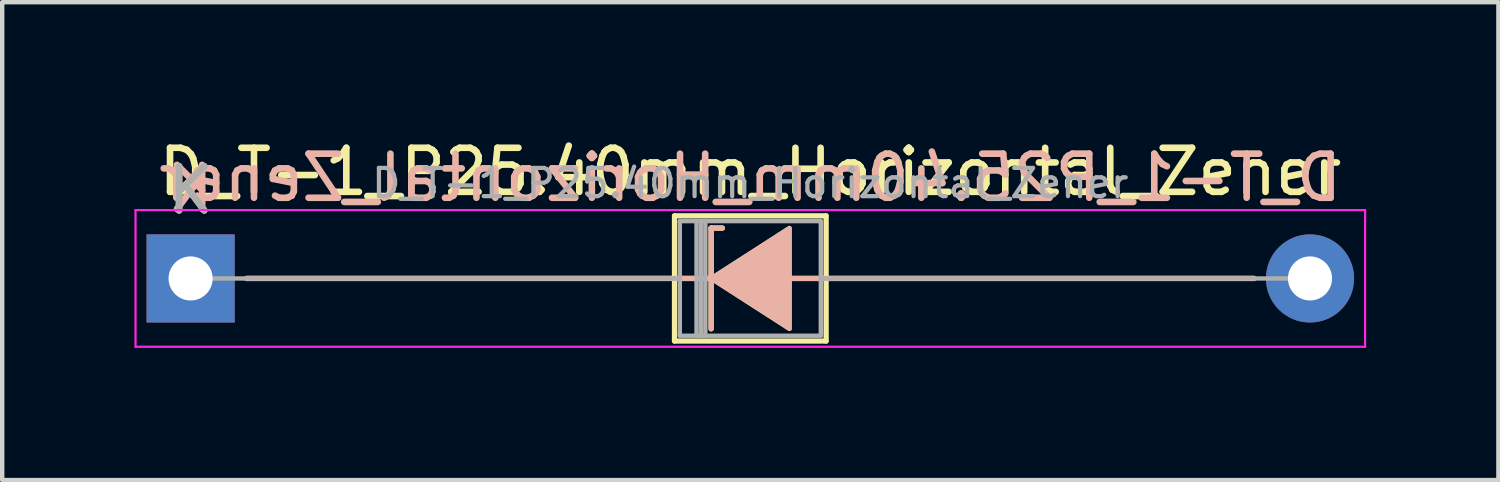
<source format=kicad_pcb>
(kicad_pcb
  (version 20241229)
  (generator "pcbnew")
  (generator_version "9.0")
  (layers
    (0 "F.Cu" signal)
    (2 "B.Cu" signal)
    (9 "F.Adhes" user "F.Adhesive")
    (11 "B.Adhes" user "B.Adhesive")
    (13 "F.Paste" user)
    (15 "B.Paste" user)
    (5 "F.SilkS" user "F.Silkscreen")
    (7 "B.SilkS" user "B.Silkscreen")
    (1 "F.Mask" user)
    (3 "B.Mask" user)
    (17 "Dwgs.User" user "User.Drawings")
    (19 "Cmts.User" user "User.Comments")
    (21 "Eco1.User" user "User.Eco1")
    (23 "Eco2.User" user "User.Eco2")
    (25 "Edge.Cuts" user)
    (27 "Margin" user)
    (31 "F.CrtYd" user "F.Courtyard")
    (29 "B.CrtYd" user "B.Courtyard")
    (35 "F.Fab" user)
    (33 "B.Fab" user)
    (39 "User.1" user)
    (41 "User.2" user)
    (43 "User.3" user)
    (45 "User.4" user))
  (footprint "D_T-1_P25.40mm_Horizontal_Zener"
    (layer "F.Cu")
    (at 1.275 3.268)
    (property "Reference" "D_T-1_P25.40mm_Horizontal_Zener" (at 12.7 -2.42 0) (layer "F.SilkS") (effects (font (size 1 1) (thickness 0.15))))
    (fp_line (start 1.27 0) (end 10.98 0) (stroke (width 0.12) (type solid)) (layer "F.SilkS"))
    (fp_line (start 10.98 -1.42) (end 10.98 1.42) (stroke (width 0.12) (type solid)) (layer "F.SilkS"))
    (fp_line (start 10.98 1.42) (end 14.42 1.42) (stroke (width 0.12) (type solid)) (layer "F.SilkS"))
    (fp_line (start 11.811 -1.143) (end 11.811 1.143) (stroke (width 0.12) (type solid)) (layer "F.SilkS"))
    (fp_line (start 11.811 -1.143) (end 12.065 -1.143) (stroke (width 0.12) (type solid)) (layer "F.SilkS"))
    (fp_line (start 11.938 0) (end 10.98 0) (stroke (width 0.12) (type solid)) (layer "F.SilkS"))
    (fp_line (start 13.589 0) (end 14.42 0) (stroke (width 0.12) (type solid)) (layer "F.SilkS"))
    (fp_line (start 14.42 -1.42) (end 10.98 -1.42) (stroke (width 0.12) (type solid)) (layer "F.SilkS"))
    (fp_line (start 14.42 1.42) (end 14.42 -1.42) (stroke (width 0.12) (type solid)) (layer "F.SilkS"))
    (fp_line (start 24.13 0) (end 14.42 0) (stroke (width 0.12) (type solid)) (layer "F.SilkS"))
    (fp_poly (pts (xy 13.589 1.143) (xy 11.811 0) (xy 13.589 -1.143)) (stroke (width 0.1) (type solid)) (fill yes) (layer "F.SilkS"))
    (fp_line (start 1.27 0) (end 10.98 0) (stroke (width 0.12) (type solid)) (layer "B.SilkS"))
    (fp_line (start 11.811 -1.143) (end 12.065 -1.143) (stroke (width 0.12) (type solid)) (layer "B.SilkS"))
    (fp_line (start 11.811 1.143) (end 11.811 -1.143) (stroke (width 0.12) (type solid)) (layer "B.SilkS"))
    (fp_line (start 11.938 0) (end 10.98 0) (stroke (width 0.12) (type solid)) (layer "B.SilkS"))
    (fp_line (start 13.589 0) (end 14.42 0) (stroke (width 0.12) (type solid)) (layer "B.SilkS"))
    (fp_line (start 24.13 0) (end 14.42 0) (stroke (width 0.12) (type solid)) (layer "B.SilkS"))
    (fp_poly (pts (xy 13.589 -1.143) (xy 11.811 0) (xy 13.589 1.143)) (stroke (width 0.1) (type solid)) (fill yes) (layer "B.SilkS"))
    (fp_line (start -1.25 -1.55) (end -1.25 1.55) (stroke (width 0.05) (type solid)) (layer "F.CrtYd"))
    (fp_line (start -1.25 1.55) (end 26.65 1.55) (stroke (width 0.05) (type solid)) (layer "F.CrtYd"))
    (fp_line (start 26.65 -1.55) (end -1.25 -1.55) (stroke (width 0.05) (type solid)) (layer "F.CrtYd"))
    (fp_line (start 26.65 1.55) (end 26.65 -1.55) (stroke (width 0.05) (type solid)) (layer "F.CrtYd"))
    (fp_line (start 0 0) (end 11.1 0) (stroke (width 0.1) (type solid)) (layer "F.Fab"))
    (fp_line (start 11.1 -1.3) (end 11.1 1.3) (stroke (width 0.1) (type solid)) (layer "F.Fab"))
    (fp_line (start 11.1 1.3) (end 14.3 1.3) (stroke (width 0.1) (type solid)) (layer "F.Fab"))
    (fp_line (start 11.48 -1.3) (end 11.48 1.3) (stroke (width 0.1) (type solid)) (layer "F.Fab"))
    (fp_line (start 11.58 -1.3) (end 11.58 1.3) (stroke (width 0.1) (type solid)) (layer "F.Fab"))
    (fp_line (start 11.68 -1.3) (end 11.68 1.3) (stroke (width 0.1) (type solid)) (layer "F.Fab"))
    (fp_line (start 14.3 -1.3) (end 11.1 -1.3) (stroke (width 0.1) (type solid)) (layer "F.Fab"))
    (fp_line (start 14.3 1.3) (end 14.3 -1.3) (stroke (width 0.1) (type solid)) (layer "F.Fab"))
    (fp_line (start 25.4 0) (end 14.3 0) (stroke (width 0.1) (type solid)) (layer "F.Fab"))
    (fp_text user "K" (at 0 -2 0) (layer "F.SilkS") (effects (font (size 1 1) (thickness 0.15))))
    (fp_text user "${REFERENCE}" (at 12.7 -2.286 0) (layer "B.SilkS") (effects (font (size 1 1) (thickness 0.15)) (justify mirror)))
    (fp_text user "K" (at 0 -2.032 0) (layer "B.SilkS") (effects (font (size 1 1) (thickness 0.15)) (justify mirror)))
    (fp_text user "${REFERENCE}" (at 12.7 -2.159 0) (layer "F.Fab") (effects (font (size 0.64 0.64) (thickness 0.096))))
    (fp_text user "K" (at 0 -2 0) (layer "F.Fab") (effects (font (size 1 1) (thickness 0.15))))
    (pad "1" thru_hole rect (at 0 0) (size 2 2) (drill 1) (layers "*.Cu" "*.Mask"))
    (pad "2" thru_hole oval (at 25.4 0) (size 2 2) (drill 1) (layers "*.Cu" "*.Mask")))
  (gr_rect
    (start -3 -3)
    (end 30.95 7.843)
    (stroke (width 0.1) (type default))
    (fill no)
    (layer "Edge.Cuts")))
</source>
